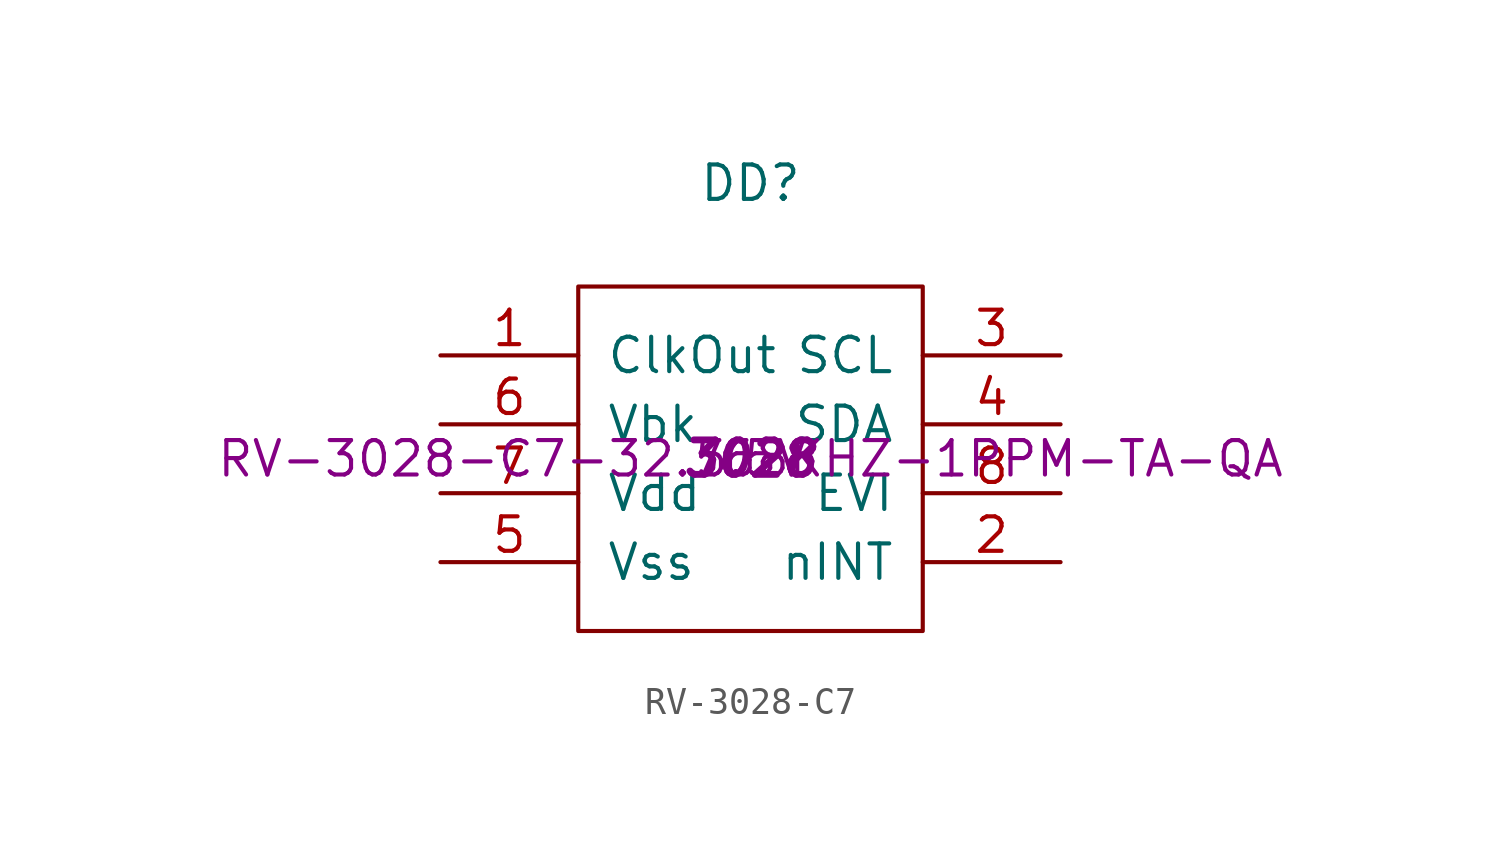
<source format=kicad_sym>
(kicad_symbol_lib
  (version 20211014)
  (generator kicad_symbol_editor)
  (symbol "RV-3028-C7"
    (pin_names
      (offset 1.016))
    (property "Reference" "DD"
      (at 0 10.16 0)
      (effects (font (size 1.27 1.27))))
    (property "p/n" "RV-3028-C7-32.768KHZ-1PPM-TA-QA"
      (at 0 0 0)
      (effects (font (size 1.27 1.27))))
    (property "Mark" "3028"
      (at 0 0 0)
      (effects (font (size 1.27 1.27) bold italic)))
    (property "Vmax" "5.5V"
      (at 0 0 0)
      (effects (font (size 1.27 1.27))))
    (symbol "RV-3028-C7_0_1"
      (rectangle (start -6.35 6.35) (end 6.35 -6.35) (stroke (width 0) (type default) (color 0 0 0 0)) (fill (type none))))
    (symbol "RV-3028-C7_1_1"
      (pin passive line (at -11.43 3.81 0) (length 5.08) (name "ClkOut" (effects (font (size 1.27 1.27)))) (number "1" (effects (font (size 1.27 1.27)))))
      (pin passive line (at 11.43 -3.81 180) (length 5.08) (name "nINT" (effects (font (size 1.27 1.27)))) (number "2" (effects (font (size 1.27 1.27)))))
      (pin passive line (at 11.43 3.81 180) (length 5.08) (name "SCL" (effects (font (size 1.27 1.27)))) (number "3" (effects (font (size 1.27 1.27)))))
      (pin passive line (at 11.43 1.27 180) (length 5.08) (name "SDA" (effects (font (size 1.27 1.27)))) (number "4" (effects (font (size 1.27 1.27)))))
      (pin passive line (at -11.43 -3.81 0) (length 5.08) (name "Vss" (effects (font (size 1.27 1.27)))) (number "5" (effects (font (size 1.27 1.27)))))
      (pin passive line (at -11.43 1.27 0) (length 5.08) (name "Vbk" (effects (font (size 1.27 1.27)))) (number "6" (effects (font (size 1.27 1.27)))))
      (pin passive line (at -11.43 -1.27 0) (length 5.08) (name "Vdd" (effects (font (size 1.27 1.27)))) (number "7" (effects (font (size 1.27 1.27)))))
      (pin passive line (at 11.43 -1.27 180) (length 5.08) (name "EVI" (effects (font (size 1.27 1.27)))) (number "8" (effects (font (size 1.27 1.27))))))))
</source>
